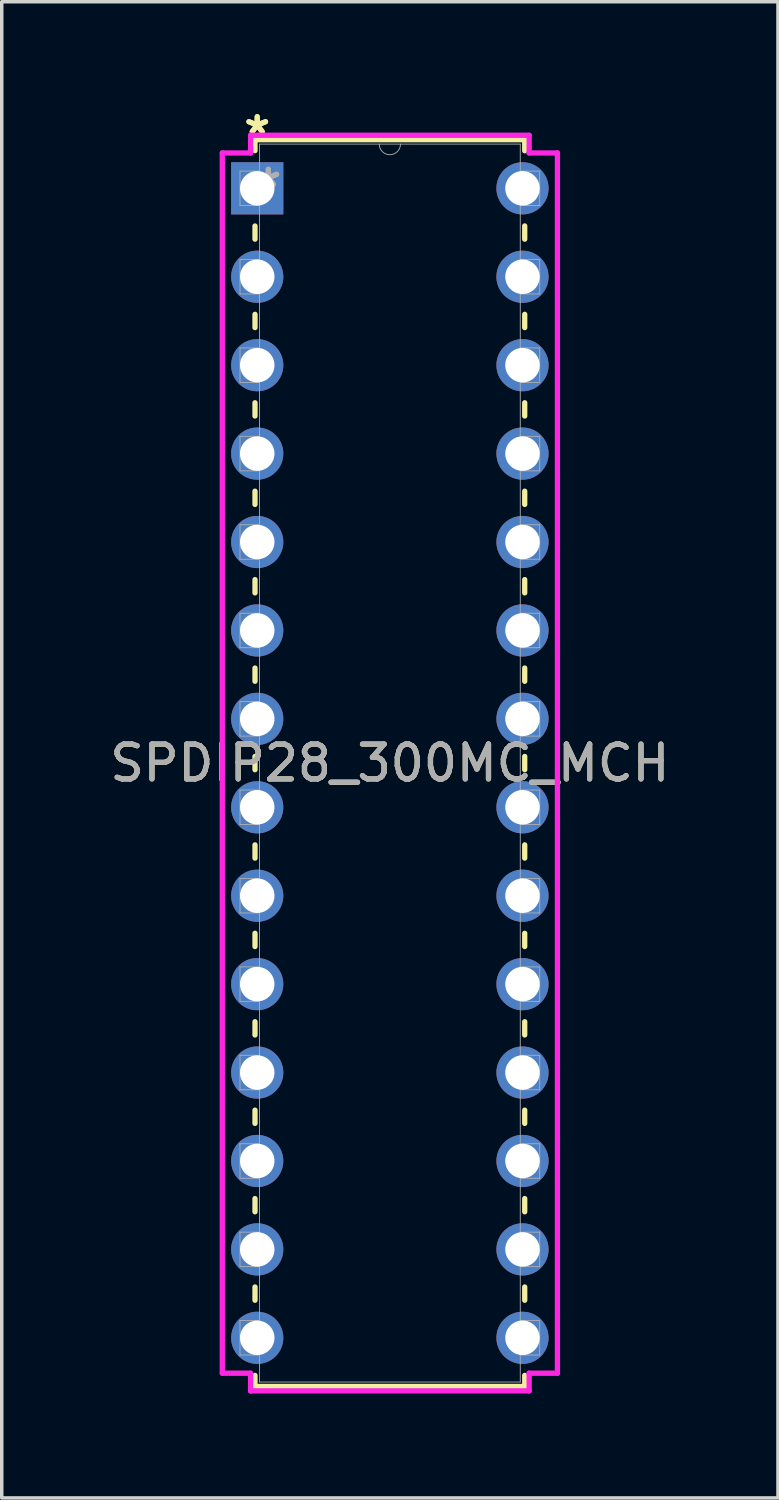
<source format=kicad_pcb>
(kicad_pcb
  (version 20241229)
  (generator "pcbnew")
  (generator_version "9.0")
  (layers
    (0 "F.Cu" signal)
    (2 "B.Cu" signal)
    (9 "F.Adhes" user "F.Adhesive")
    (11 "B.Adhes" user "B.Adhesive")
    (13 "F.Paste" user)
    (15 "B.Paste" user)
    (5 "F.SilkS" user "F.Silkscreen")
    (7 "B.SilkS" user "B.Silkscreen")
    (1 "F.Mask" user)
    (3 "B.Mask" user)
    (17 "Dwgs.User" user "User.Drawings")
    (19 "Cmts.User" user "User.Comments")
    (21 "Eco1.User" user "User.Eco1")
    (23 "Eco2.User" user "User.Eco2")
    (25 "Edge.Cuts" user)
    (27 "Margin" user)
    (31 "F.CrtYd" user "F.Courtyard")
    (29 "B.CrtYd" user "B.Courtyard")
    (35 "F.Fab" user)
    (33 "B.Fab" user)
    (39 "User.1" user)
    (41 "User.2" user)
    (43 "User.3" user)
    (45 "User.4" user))
  (footprint "SPDIP28_300MC_MCH"
    (layer "F.Cu")
    (at 4.339 2.36)
    (property "Reference" "SPDIP28_300MC_MCH" (at 3.81 16.51 0) (unlocked yes) (layer "F.SilkS") (effects (font (size 1 1) (thickness 0.15))))
    (attr through_hole)
    (fp_line (start -0.064 -1.397) (end -0.064 -1.082) (stroke (width 0.152) (type solid)) (layer "F.SilkS"))
    (fp_line (start -0.064 1.082) (end -0.064 1.46) (stroke (width 0.152) (type solid)) (layer "F.SilkS"))
    (fp_line (start -0.064 3.62) (end -0.064 4) (stroke (width 0.152) (type solid)) (layer "F.SilkS"))
    (fp_line (start -0.064 6.16) (end -0.064 6.54) (stroke (width 0.152) (type solid)) (layer "F.SilkS"))
    (fp_line (start -0.064 8.7) (end -0.064 9.08) (stroke (width 0.152) (type solid)) (layer "F.SilkS"))
    (fp_line (start -0.064 11.24) (end -0.064 11.62) (stroke (width 0.152) (type solid)) (layer "F.SilkS"))
    (fp_line (start -0.064 13.78) (end -0.064 14.16) (stroke (width 0.152) (type solid)) (layer "F.SilkS"))
    (fp_line (start -0.064 16.32) (end -0.064 16.7) (stroke (width 0.152) (type solid)) (layer "F.SilkS"))
    (fp_line (start -0.064 18.86) (end -0.064 19.24) (stroke (width 0.152) (type solid)) (layer "F.SilkS"))
    (fp_line (start -0.064 21.4) (end -0.064 21.78) (stroke (width 0.152) (type solid)) (layer "F.SilkS"))
    (fp_line (start -0.064 23.94) (end -0.064 24.32) (stroke (width 0.152) (type solid)) (layer "F.SilkS"))
    (fp_line (start -0.064 26.48) (end -0.064 26.86) (stroke (width 0.152) (type solid)) (layer "F.SilkS"))
    (fp_line (start -0.064 29.02) (end -0.064 29.4) (stroke (width 0.152) (type solid)) (layer "F.SilkS"))
    (fp_line (start -0.064 31.56) (end -0.064 31.94) (stroke (width 0.152) (type solid)) (layer "F.SilkS"))
    (fp_line (start -0.064 34.1) (end -0.064 34.417) (stroke (width 0.152) (type solid)) (layer "F.SilkS"))
    (fp_line (start -0.064 34.417) (end 7.684 34.417) (stroke (width 0.152) (type solid)) (layer "F.SilkS"))
    (fp_line (start 7.684 -1.397) (end -0.064 -1.397) (stroke (width 0.152) (type solid)) (layer "F.SilkS"))
    (fp_line (start 7.684 -1.08) (end 7.684 -1.397) (stroke (width 0.152) (type solid)) (layer "F.SilkS"))
    (fp_line (start 7.684 1.46) (end 7.684 1.08) (stroke (width 0.152) (type solid)) (layer "F.SilkS"))
    (fp_line (start 7.684 4) (end 7.684 3.62) (stroke (width 0.152) (type solid)) (layer "F.SilkS"))
    (fp_line (start 7.684 6.54) (end 7.684 6.16) (stroke (width 0.152) (type solid)) (layer "F.SilkS"))
    (fp_line (start 7.684 9.08) (end 7.684 8.7) (stroke (width 0.152) (type solid)) (layer "F.SilkS"))
    (fp_line (start 7.684 11.62) (end 7.684 11.24) (stroke (width 0.152) (type solid)) (layer "F.SilkS"))
    (fp_line (start 7.684 14.16) (end 7.684 13.78) (stroke (width 0.152) (type solid)) (layer "F.SilkS"))
    (fp_line (start 7.684 16.7) (end 7.684 16.32) (stroke (width 0.152) (type solid)) (layer "F.SilkS"))
    (fp_line (start 7.684 19.24) (end 7.684 18.86) (stroke (width 0.152) (type solid)) (layer "F.SilkS"))
    (fp_line (start 7.684 21.78) (end 7.684 21.4) (stroke (width 0.152) (type solid)) (layer "F.SilkS"))
    (fp_line (start 7.684 24.32) (end 7.684 23.94) (stroke (width 0.152) (type solid)) (layer "F.SilkS"))
    (fp_line (start 7.684 26.86) (end 7.684 26.48) (stroke (width 0.152) (type solid)) (layer "F.SilkS"))
    (fp_line (start 7.684 29.4) (end 7.684 29.02) (stroke (width 0.152) (type solid)) (layer "F.SilkS"))
    (fp_line (start 7.684 31.94) (end 7.684 31.56) (stroke (width 0.152) (type solid)) (layer "F.SilkS"))
    (fp_line (start 7.684 34.417) (end 7.684 34.1) (stroke (width 0.152) (type solid)) (layer "F.SilkS"))
    (fp_line (start -1.003 -1.016) (end -0.191 -1.016) (stroke (width 0.152) (type solid)) (layer "F.CrtYd"))
    (fp_line (start -1.003 34.036) (end -1.003 -1.016) (stroke (width 0.152) (type solid)) (layer "F.CrtYd"))
    (fp_line (start -0.191 -1.524) (end 7.811 -1.524) (stroke (width 0.152) (type solid)) (layer "F.CrtYd"))
    (fp_line (start -0.191 -1.016) (end -0.191 -1.524) (stroke (width 0.152) (type solid)) (layer "F.CrtYd"))
    (fp_line (start -0.191 34.036) (end -1.003 34.036) (stroke (width 0.152) (type solid)) (layer "F.CrtYd"))
    (fp_line (start -0.191 34.544) (end -0.191 34.036) (stroke (width 0.152) (type solid)) (layer "F.CrtYd"))
    (fp_line (start 7.811 -1.524) (end 7.811 -1.016) (stroke (width 0.152) (type solid)) (layer "F.CrtYd"))
    (fp_line (start 7.811 34.036) (end 7.811 34.544) (stroke (width 0.152) (type solid)) (layer "F.CrtYd"))
    (fp_line (start 7.811 34.544) (end -0.191 34.544) (stroke (width 0.152) (type solid)) (layer "F.CrtYd"))
    (fp_line (start 8.623 -1.016) (end 7.811 -1.016) (stroke (width 0.152) (type solid)) (layer "F.CrtYd"))
    (fp_line (start 8.623 -1.016) (end 8.623 34.036) (stroke (width 0.152) (type solid)) (layer "F.CrtYd"))
    (fp_line (start 8.623 34.036) (end 7.811 34.036) (stroke (width 0.152) (type solid)) (layer "F.CrtYd"))
    (fp_line (start -0.495 -0.495) (end -0.495 0.495) (stroke (width 0.025) (type solid)) (layer "F.Fab"))
    (fp_line (start -0.495 0.495) (end 0.064 0.495) (stroke (width 0.025) (type solid)) (layer "F.Fab"))
    (fp_line (start -0.495 2.045) (end -0.495 3.035) (stroke (width 0.025) (type solid)) (layer "F.Fab"))
    (fp_line (start -0.495 3.035) (end 0.064 3.035) (stroke (width 0.025) (type solid)) (layer "F.Fab"))
    (fp_line (start -0.495 4.585) (end -0.495 5.575) (stroke (width 0.025) (type solid)) (layer "F.Fab"))
    (fp_line (start -0.495 5.575) (end 0.064 5.575) (stroke (width 0.025) (type solid)) (layer "F.Fab"))
    (fp_line (start -0.495 7.125) (end -0.495 8.115) (stroke (width 0.025) (type solid)) (layer "F.Fab"))
    (fp_line (start -0.495 8.115) (end 0.064 8.115) (stroke (width 0.025) (type solid)) (layer "F.Fab"))
    (fp_line (start -0.495 9.665) (end -0.495 10.655) (stroke (width 0.025) (type solid)) (layer "F.Fab"))
    (fp_line (start -0.495 10.655) (end 0.064 10.655) (stroke (width 0.025) (type solid)) (layer "F.Fab"))
    (fp_line (start -0.495 12.205) (end -0.495 13.195) (stroke (width 0.025) (type solid)) (layer "F.Fab"))
    (fp_line (start -0.495 13.195) (end 0.064 13.195) (stroke (width 0.025) (type solid)) (layer "F.Fab"))
    (fp_line (start -0.495 14.745) (end -0.495 15.735) (stroke (width 0.025) (type solid)) (layer "F.Fab"))
    (fp_line (start -0.495 15.735) (end 0.064 15.735) (stroke (width 0.025) (type solid)) (layer "F.Fab"))
    (fp_line (start -0.495 17.285) (end -0.495 18.275) (stroke (width 0.025) (type solid)) (layer "F.Fab"))
    (fp_line (start -0.495 18.275) (end 0.064 18.275) (stroke (width 0.025) (type solid)) (layer "F.Fab"))
    (fp_line (start -0.495 19.825) (end -0.495 20.815) (stroke (width 0.025) (type solid)) (layer "F.Fab"))
    (fp_line (start -0.495 20.815) (end 0.064 20.815) (stroke (width 0.025) (type solid)) (layer "F.Fab"))
    (fp_line (start -0.495 22.365) (end -0.495 23.355) (stroke (width 0.025) (type solid)) (layer "F.Fab"))
    (fp_line (start -0.495 23.355) (end 0.064 23.355) (stroke (width 0.025) (type solid)) (layer "F.Fab"))
    (fp_line (start -0.495 24.905) (end -0.495 25.895) (stroke (width 0.025) (type solid)) (layer "F.Fab"))
    (fp_line (start -0.495 25.895) (end 0.064 25.895) (stroke (width 0.025) (type solid)) (layer "F.Fab"))
    (fp_line (start -0.495 27.445) (end -0.495 28.435) (stroke (width 0.025) (type solid)) (layer "F.Fab"))
    (fp_line (start -0.495 28.435) (end 0.064 28.435) (stroke (width 0.025) (type solid)) (layer "F.Fab"))
    (fp_line (start -0.495 29.985) (end -0.495 30.975) (stroke (width 0.025) (type solid)) (layer "F.Fab"))
    (fp_line (start -0.495 30.975) (end 0.064 30.975) (stroke (width 0.025) (type solid)) (layer "F.Fab"))
    (fp_line (start -0.495 32.525) (end -0.495 33.515) (stroke (width 0.025) (type solid)) (layer "F.Fab"))
    (fp_line (start -0.495 33.515) (end 0.064 33.515) (stroke (width 0.025) (type solid)) (layer "F.Fab"))
    (fp_line (start 0.064 -1.27) (end 0.064 34.29) (stroke (width 0.025) (type solid)) (layer "F.Fab"))
    (fp_line (start 0.064 -0.495) (end -0.495 -0.495) (stroke (width 0.025) (type solid)) (layer "F.Fab"))
    (fp_line (start 0.064 0.495) (end 0.064 -0.495) (stroke (width 0.025) (type solid)) (layer "F.Fab"))
    (fp_line (start 0.064 2.045) (end -0.495 2.045) (stroke (width 0.025) (type solid)) (layer "F.Fab"))
    (fp_line (start 0.064 3.035) (end 0.064 2.045) (stroke (width 0.025) (type solid)) (layer "F.Fab"))
    (fp_line (start 0.064 4.585) (end -0.495 4.585) (stroke (width 0.025) (type solid)) (layer "F.Fab"))
    (fp_line (start 0.064 5.575) (end 0.064 4.585) (stroke (width 0.025) (type solid)) (layer "F.Fab"))
    (fp_line (start 0.064 7.125) (end -0.495 7.125) (stroke (width 0.025) (type solid)) (layer "F.Fab"))
    (fp_line (start 0.064 8.115) (end 0.064 7.125) (stroke (width 0.025) (type solid)) (layer "F.Fab"))
    (fp_line (start 0.064 9.665) (end -0.495 9.665) (stroke (width 0.025) (type solid)) (layer "F.Fab"))
    (fp_line (start 0.064 10.655) (end 0.064 9.665) (stroke (width 0.025) (type solid)) (layer "F.Fab"))
    (fp_line (start 0.064 12.205) (end -0.495 12.205) (stroke (width 0.025) (type solid)) (layer "F.Fab"))
    (fp_line (start 0.064 13.195) (end 0.064 12.205) (stroke (width 0.025) (type solid)) (layer "F.Fab"))
    (fp_line (start 0.064 14.745) (end -0.495 14.745) (stroke (width 0.025) (type solid)) (layer "F.Fab"))
    (fp_line (start 0.064 15.735) (end 0.064 14.745) (stroke (width 0.025) (type solid)) (layer "F.Fab"))
    (fp_line (start 0.064 17.285) (end -0.495 17.285) (stroke (width 0.025) (type solid)) (layer "F.Fab"))
    (fp_line (start 0.064 18.275) (end 0.064 17.285) (stroke (width 0.025) (type solid)) (layer "F.Fab"))
    (fp_line (start 0.064 19.825) (end -0.495 19.825) (stroke (width 0.025) (type solid)) (layer "F.Fab"))
    (fp_line (start 0.064 20.815) (end 0.064 19.825) (stroke (width 0.025) (type solid)) (layer "F.Fab"))
    (fp_line (start 0.064 22.365) (end -0.495 22.365) (stroke (width 0.025) (type solid)) (layer "F.Fab"))
    (fp_line (start 0.064 23.355) (end 0.064 22.365) (stroke (width 0.025) (type solid)) (layer "F.Fab"))
    (fp_line (start 0.064 24.905) (end -0.495 24.905) (stroke (width 0.025) (type solid)) (layer "F.Fab"))
    (fp_line (start 0.064 25.895) (end 0.064 24.905) (stroke (width 0.025) (type solid)) (layer "F.Fab"))
    (fp_line (start 0.064 27.445) (end -0.495 27.445) (stroke (width 0.025) (type solid)) (layer "F.Fab"))
    (fp_line (start 0.064 28.435) (end 0.064 27.445) (stroke (width 0.025) (type solid)) (layer "F.Fab"))
    (fp_line (start 0.064 29.985) (end -0.495 29.985) (stroke (width 0.025) (type solid)) (layer "F.Fab"))
    (fp_line (start 0.064 30.975) (end 0.064 29.985) (stroke (width 0.025) (type solid)) (layer "F.Fab"))
    (fp_line (start 0.064 32.525) (end -0.495 32.525) (stroke (width 0.025) (type solid)) (layer "F.Fab"))
    (fp_line (start 0.064 33.515) (end 0.064 32.525) (stroke (width 0.025) (type solid)) (layer "F.Fab"))
    (fp_line (start 0.064 34.29) (end 7.556 34.29) (stroke (width 0.025) (type solid)) (layer "F.Fab"))
    (fp_line (start 7.556 -1.27) (end 0.064 -1.27) (stroke (width 0.025) (type solid)) (layer "F.Fab"))
    (fp_line (start 7.556 -0.495) (end 7.556 0.495) (stroke (width 0.025) (type solid)) (layer "F.Fab"))
    (fp_line (start 7.556 0.495) (end 8.115 0.495) (stroke (width 0.025) (type solid)) (layer "F.Fab"))
    (fp_line (start 7.556 2.045) (end 7.556 3.035) (stroke (width 0.025) (type solid)) (layer "F.Fab"))
    (fp_line (start 7.556 3.035) (end 8.115 3.035) (stroke (width 0.025) (type solid)) (layer "F.Fab"))
    (fp_line (start 7.556 4.585) (end 7.556 5.575) (stroke (width 0.025) (type solid)) (layer "F.Fab"))
    (fp_line (start 7.556 5.575) (end 8.115 5.575) (stroke (width 0.025) (type solid)) (layer "F.Fab"))
    (fp_line (start 7.556 7.125) (end 7.556 8.115) (stroke (width 0.025) (type solid)) (layer "F.Fab"))
    (fp_line (start 7.556 8.115) (end 8.115 8.115) (stroke (width 0.025) (type solid)) (layer "F.Fab"))
    (fp_line (start 7.556 9.665) (end 7.556 10.655) (stroke (width 0.025) (type solid)) (layer "F.Fab"))
    (fp_line (start 7.556 10.655) (end 8.115 10.655) (stroke (width 0.025) (type solid)) (layer "F.Fab"))
    (fp_line (start 7.556 12.205) (end 7.556 13.195) (stroke (width 0.025) (type solid)) (layer "F.Fab"))
    (fp_line (start 7.556 13.195) (end 8.115 13.195) (stroke (width 0.025) (type solid)) (layer "F.Fab"))
    (fp_line (start 7.556 14.745) (end 7.556 15.735) (stroke (width 0.025) (type solid)) (layer "F.Fab"))
    (fp_line (start 7.556 15.735) (end 8.115 15.735) (stroke (width 0.025) (type solid)) (layer "F.Fab"))
    (fp_line (start 7.556 17.285) (end 7.556 18.275) (stroke (width 0.025) (type solid)) (layer "F.Fab"))
    (fp_line (start 7.556 18.275) (end 8.115 18.275) (stroke (width 0.025) (type solid)) (layer "F.Fab"))
    (fp_line (start 7.556 19.825) (end 7.556 20.815) (stroke (width 0.025) (type solid)) (layer "F.Fab"))
    (fp_line (start 7.556 20.815) (end 8.115 20.815) (stroke (width 0.025) (type solid)) (layer "F.Fab"))
    (fp_line (start 7.556 22.365) (end 7.556 23.355) (stroke (width 0.025) (type solid)) (layer "F.Fab"))
    (fp_line (start 7.556 23.355) (end 8.115 23.355) (stroke (width 0.025) (type solid)) (layer "F.Fab"))
    (fp_line (start 7.556 24.905) (end 7.556 25.895) (stroke (width 0.025) (type solid)) (layer "F.Fab"))
    (fp_line (start 7.556 25.895) (end 8.115 25.895) (stroke (width 0.025) (type solid)) (layer "F.Fab"))
    (fp_line (start 7.556 27.445) (end 7.556 28.435) (stroke (width 0.025) (type solid)) (layer "F.Fab"))
    (fp_line (start 7.556 28.435) (end 8.115 28.435) (stroke (width 0.025) (type solid)) (layer "F.Fab"))
    (fp_line (start 7.556 29.985) (end 7.556 30.975) (stroke (width 0.025) (type solid)) (layer "F.Fab"))
    (fp_line (start 7.556 30.975) (end 8.115 30.975) (stroke (width 0.025) (type solid)) (layer "F.Fab"))
    (fp_line (start 7.556 32.525) (end 7.556 33.515) (stroke (width 0.025) (type solid)) (layer "F.Fab"))
    (fp_line (start 7.556 33.515) (end 8.115 33.515) (stroke (width 0.025) (type solid)) (layer "F.Fab"))
    (fp_line (start 7.556 34.29) (end 7.556 -1.27) (stroke (width 0.025) (type solid)) (layer "F.Fab"))
    (fp_line (start 8.115 -0.495) (end 7.556 -0.495) (stroke (width 0.025) (type solid)) (layer "F.Fab"))
    (fp_line (start 8.115 0.495) (end 8.115 -0.495) (stroke (width 0.025) (type solid)) (layer "F.Fab"))
    (fp_line (start 8.115 2.045) (end 7.556 2.045) (stroke (width 0.025) (type solid)) (layer "F.Fab"))
    (fp_line (start 8.115 3.035) (end 8.115 2.045) (stroke (width 0.025) (type solid)) (layer "F.Fab"))
    (fp_line (start 8.115 4.585) (end 7.556 4.585) (stroke (width 0.025) (type solid)) (layer "F.Fab"))
    (fp_line (start 8.115 5.575) (end 8.115 4.585) (stroke (width 0.025) (type solid)) (layer "F.Fab"))
    (fp_line (start 8.115 7.125) (end 7.556 7.125) (stroke (width 0.025) (type solid)) (layer "F.Fab"))
    (fp_line (start 8.115 8.115) (end 8.115 7.125) (stroke (width 0.025) (type solid)) (layer "F.Fab"))
    (fp_line (start 8.115 9.665) (end 7.556 9.665) (stroke (width 0.025) (type solid)) (layer "F.Fab"))
    (fp_line (start 8.115 10.655) (end 8.115 9.665) (stroke (width 0.025) (type solid)) (layer "F.Fab"))
    (fp_line (start 8.115 12.205) (end 7.556 12.205) (stroke (width 0.025) (type solid)) (layer "F.Fab"))
    (fp_line (start 8.115 13.195) (end 8.115 12.205) (stroke (width 0.025) (type solid)) (layer "F.Fab"))
    (fp_line (start 8.115 14.745) (end 7.556 14.745) (stroke (width 0.025) (type solid)) (layer "F.Fab"))
    (fp_line (start 8.115 15.735) (end 8.115 14.745) (stroke (width 0.025) (type solid)) (layer "F.Fab"))
    (fp_line (start 8.115 17.285) (end 7.556 17.285) (stroke (width 0.025) (type solid)) (layer "F.Fab"))
    (fp_line (start 8.115 18.275) (end 8.115 17.285) (stroke (width 0.025) (type solid)) (layer "F.Fab"))
    (fp_line (start 8.115 19.825) (end 7.556 19.825) (stroke (width 0.025) (type solid)) (layer "F.Fab"))
    (fp_line (start 8.115 20.815) (end 8.115 19.825) (stroke (width 0.025) (type solid)) (layer "F.Fab"))
    (fp_line (start 8.115 22.365) (end 7.556 22.365) (stroke (width 0.025) (type solid)) (layer "F.Fab"))
    (fp_line (start 8.115 23.355) (end 8.115 22.365) (stroke (width 0.025) (type solid)) (layer "F.Fab"))
    (fp_line (start 8.115 24.905) (end 7.556 24.905) (stroke (width 0.025) (type solid)) (layer "F.Fab"))
    (fp_line (start 8.115 25.895) (end 8.115 24.905) (stroke (width 0.025) (type solid)) (layer "F.Fab"))
    (fp_line (start 8.115 27.445) (end 7.556 27.445) (stroke (width 0.025) (type solid)) (layer "F.Fab"))
    (fp_line (start 8.115 28.435) (end 8.115 27.445) (stroke (width 0.025) (type solid)) (layer "F.Fab"))
    (fp_line (start 8.115 29.985) (end 7.556 29.985) (stroke (width 0.025) (type solid)) (layer "F.Fab"))
    (fp_line (start 8.115 30.975) (end 8.115 29.985) (stroke (width 0.025) (type solid)) (layer "F.Fab"))
    (fp_line (start 8.115 32.525) (end 7.556 32.525) (stroke (width 0.025) (type solid)) (layer "F.Fab"))
    (fp_line (start 8.115 33.515) (end 8.115 32.525) (stroke (width 0.025) (type solid)) (layer "F.Fab"))
    (fp_arc (start 4.1148 -1.27) (mid 3.81 -0.9652) (end 3.5052 -1.27) (stroke (width 0.0254) (type solid)) (layer "F.Fab"))
    (fp_text user "*" (at 0 -1.511 0) (unlocked yes) (layer "F.SilkS") (effects (font (size 1 1) (thickness 0.15))))
    (fp_text user "*" (at 0 -1.511 0) (layer "F.SilkS") (effects (font (size 1 1) (thickness 0.15))))
    (fp_text user "*" (at 0.318 0 0) (layer "F.Fab") (effects (font (size 1 1) (thickness 0.15))))
    (fp_text user "${REFERENCE}" (at 3.81 16.51 0) (unlocked yes) (layer "F.Fab") (effects (font (size 1 1) (thickness 0.15))))
    (fp_text user "*" (at 0.318 0 0) (unlocked yes) (layer "F.Fab") (effects (font (size 1 1) (thickness 0.15))))
    (pad "1" thru_hole rect (at 0 0) (size 1.499 1.499) (drill 0.991) (layers "*.Cu" "*.Mask"))
    (pad "2" thru_hole circle (at 0 2.54) (size 1.499 1.499) (drill 0.991) (layers "*.Cu" "*.Mask"))
    (pad "3" thru_hole circle (at 0 5.08) (size 1.499 1.499) (drill 0.991) (layers "*.Cu" "*.Mask"))
    (pad "4" thru_hole circle (at 0 7.62) (size 1.499 1.499) (drill 0.991) (layers "*.Cu" "*.Mask"))
    (pad "5" thru_hole circle (at 0 10.16) (size 1.499 1.499) (drill 0.991) (layers "*.Cu" "*.Mask"))
    (pad "6" thru_hole circle (at 0 12.7) (size 1.499 1.499) (drill 0.991) (layers "*.Cu" "*.Mask"))
    (pad "7" thru_hole circle (at 0 15.24) (size 1.499 1.499) (drill 0.991) (layers "*.Cu" "*.Mask"))
    (pad "8" thru_hole circle (at 0 17.78) (size 1.499 1.499) (drill 0.991) (layers "*.Cu" "*.Mask"))
    (pad "9" thru_hole circle (at 0 20.32) (size 1.499 1.499) (drill 0.991) (layers "*.Cu" "*.Mask"))
    (pad "10" thru_hole circle (at 0 22.86) (size 1.499 1.499) (drill 0.991) (layers "*.Cu" "*.Mask"))
    (pad "11" thru_hole circle (at 0 25.4) (size 1.499 1.499) (drill 0.991) (layers "*.Cu" "*.Mask"))
    (pad "12" thru_hole circle (at 0 27.94) (size 1.499 1.499) (drill 0.991) (layers "*.Cu" "*.Mask"))
    (pad "13" thru_hole circle (at 0 30.48) (size 1.499 1.499) (drill 0.991) (layers "*.Cu" "*.Mask"))
    (pad "14" thru_hole circle (at 0 33.02) (size 1.499 1.499) (drill 0.991) (layers "*.Cu" "*.Mask"))
    (pad "15" thru_hole circle (at 7.62 33.02) (size 1.499 1.499) (drill 0.991) (layers "*.Cu" "*.Mask"))
    (pad "16" thru_hole circle (at 7.62 30.48) (size 1.499 1.499) (drill 0.991) (layers "*.Cu" "*.Mask"))
    (pad "17" thru_hole circle (at 7.62 27.94) (size 1.499 1.499) (drill 0.991) (layers "*.Cu" "*.Mask"))
    (pad "18" thru_hole circle (at 7.62 25.4) (size 1.499 1.499) (drill 0.991) (layers "*.Cu" "*.Mask"))
    (pad "19" thru_hole circle (at 7.62 22.86) (size 1.499 1.499) (drill 0.991) (layers "*.Cu" "*.Mask"))
    (pad "20" thru_hole circle (at 7.62 20.32) (size 1.499 1.499) (drill 0.991) (layers "*.Cu" "*.Mask"))
    (pad "21" thru_hole circle (at 7.62 17.78) (size 1.499 1.499) (drill 0.991) (layers "*.Cu" "*.Mask"))
    (pad "22" thru_hole circle (at 7.62 15.24) (size 1.499 1.499) (drill 0.991) (layers "*.Cu" "*.Mask"))
    (pad "23" thru_hole circle (at 7.62 12.7) (size 1.499 1.499) (drill 0.991) (layers "*.Cu" "*.Mask"))
    (pad "24" thru_hole circle (at 7.62 10.16) (size 1.499 1.499) (drill 0.991) (layers "*.Cu" "*.Mask"))
    (pad "25" thru_hole circle (at 7.62 7.62) (size 1.499 1.499) (drill 0.991) (layers "*.Cu" "*.Mask"))
    (pad "26" thru_hole circle (at 7.62 5.08) (size 1.499 1.499) (drill 0.991) (layers "*.Cu" "*.Mask"))
    (pad "27" thru_hole circle (at 7.62 2.54) (size 1.499 1.499) (drill 0.991) (layers "*.Cu" "*.Mask"))
    (pad "28" thru_hole circle (at 7.62 0) (size 1.499 1.499) (drill 0.991) (layers "*.Cu" "*.Mask")))
  (gr_rect
    (start -3 -3)
    (end 19.298 39.98)
    (stroke (width 0.1) (type default))
    (fill no)
    (layer "Edge.Cuts")))
</source>
